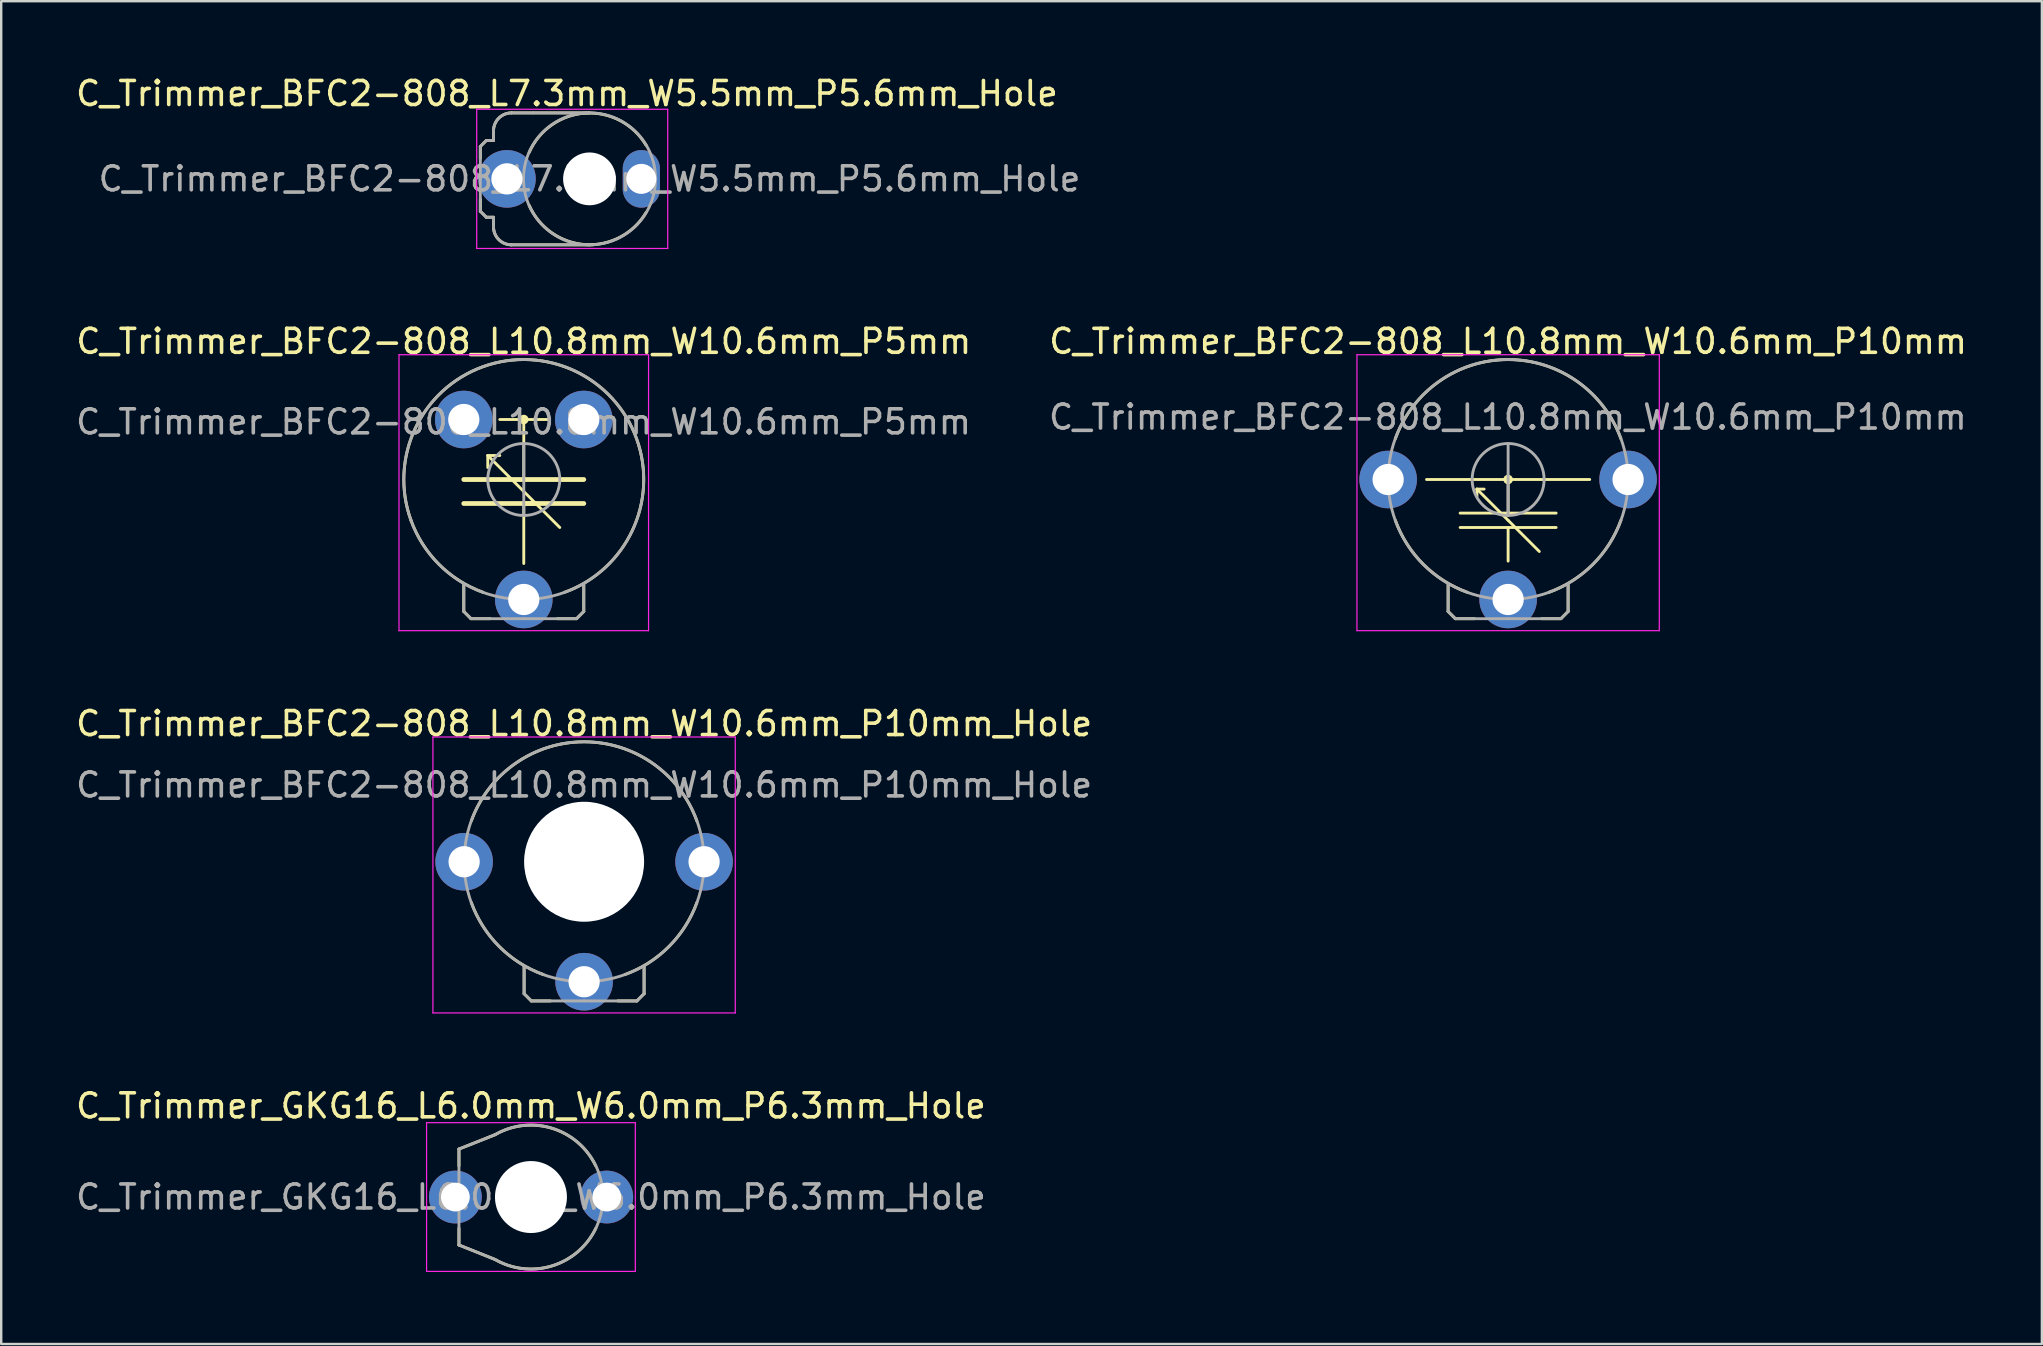
<source format=kicad_pcb>
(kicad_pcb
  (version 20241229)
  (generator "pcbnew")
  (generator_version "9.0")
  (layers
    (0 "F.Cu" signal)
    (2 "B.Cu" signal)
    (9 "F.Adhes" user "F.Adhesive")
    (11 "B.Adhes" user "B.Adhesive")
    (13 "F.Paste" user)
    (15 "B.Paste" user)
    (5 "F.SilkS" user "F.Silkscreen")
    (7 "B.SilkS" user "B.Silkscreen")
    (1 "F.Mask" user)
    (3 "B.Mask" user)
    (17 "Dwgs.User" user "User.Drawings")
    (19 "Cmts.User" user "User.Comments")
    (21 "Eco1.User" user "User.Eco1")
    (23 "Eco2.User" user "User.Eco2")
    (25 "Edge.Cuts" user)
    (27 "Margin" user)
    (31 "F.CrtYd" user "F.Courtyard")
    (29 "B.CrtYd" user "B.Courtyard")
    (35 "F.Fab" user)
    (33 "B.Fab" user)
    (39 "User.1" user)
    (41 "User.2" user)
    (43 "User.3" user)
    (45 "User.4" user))
  (footprint "C_Trimmer_BFC2-808_L10.8mm_W10.6mm_P10mm_Hole"
    (layer "F.Cu")
    (at 21.292 37.863)
    (property "Reference" "C_Trimmer_BFC2-808_L10.8mm_W10.6mm_P10mm_Hole" (at 0 -10.756 0) (layer "F.SilkS") (effects (font (size 1 1) (thickness 0.15))))
    (attr through_hole)
    (fp_line (start -2.5 0.5) (end -2.5 -0.65) (stroke (width 0.12) (type solid)) (layer "F.SilkS"))
    (fp_line (start -2.2 0.8) (end -2.5 0.5) (stroke (width 0.12) (type solid)) (layer "F.SilkS"))
    (fp_line (start -1.4 0.8) (end -2.2 0.8) (stroke (width 0.12) (type solid)) (layer "F.SilkS"))
    (fp_line (start 1.4 0.8) (end 2.2 0.8) (stroke (width 0.12) (type solid)) (layer "F.SilkS"))
    (fp_line (start 2.2 0.8) (end 2.5 0.5) (stroke (width 0.12) (type solid)) (layer "F.SilkS"))
    (fp_line (start 2.5 0.5) (end 2.5 -0.65) (stroke (width 0.12) (type solid)) (layer "F.SilkS"))
    (fp_arc (start -4.699999 -6.7) (mid 0 -9.997999) (end 4.699999 -6.699999) (stroke (width 0.12) (type solid)) (layer "F.SilkS"))
    (fp_arc (start -1.7 -0.300001) (mid -3.534119 -1.465882) (end -4.699999 -3.300001) (stroke (width 0.12) (type solid)) (layer "F.SilkS"))
    (fp_arc (start 4.699999 -3.3) (mid 3.534118 -1.465881) (end 1.699999 -0.300001) (stroke (width 0.12) (type solid)) (layer "F.SilkS"))
    (fp_line (start -6.3 -10.2) (end -6.3 1.3) (stroke (width 0.05) (type solid)) (layer "F.CrtYd"))
    (fp_line (start -6.3 1.3) (end 6.3 1.3) (stroke (width 0.05) (type solid)) (layer "F.CrtYd"))
    (fp_line (start 6.3 -10.2) (end -6.3 -10.2) (stroke (width 0.05) (type solid)) (layer "F.CrtYd"))
    (fp_line (start 6.3 1.3) (end 6.3 -10.2) (stroke (width 0.05) (type solid)) (layer "F.CrtYd"))
    (fp_line (start -2.5 0.5) (end -2.5 -0.65) (stroke (width 0.12) (type solid)) (layer "F.Fab"))
    (fp_line (start -2.2 0.8) (end -2.5 0.5) (stroke (width 0.12) (type solid)) (layer "F.Fab"))
    (fp_line (start 0 -6.5) (end 0 -3.5) (stroke (width 0.12) (type solid)) (layer "F.Fab"))
    (fp_line (start 0 0.8) (end -2.2 0.8) (stroke (width 0.12) (type solid)) (layer "F.Fab"))
    (fp_line (start 0 0.8) (end 2.2 0.8) (stroke (width 0.12) (type solid)) (layer "F.Fab"))
    (fp_line (start 2.2 0.8) (end 2.5 0.5) (stroke (width 0.12) (type solid)) (layer "F.Fab"))
    (fp_line (start 2.5 0.5) (end 2.5 -0.65) (stroke (width 0.12) (type solid)) (layer "F.Fab"))
    (fp_circle (center 0 -5) (end 1.5 -5) (stroke (width 0.12) (type solid)) (fill no) (layer "F.Fab"))
    (fp_circle (center 0 -5) (end 5 -5) (stroke (width 0.12) (type solid)) (fill no) (layer "F.Fab"))
    (fp_text user "${REFERENCE}" (at 0 -8.2 0) (layer "F.Fab") (effects (font (size 1 1) (thickness 0.15))))
    (pad "" np_thru_hole circle (at 0 -5) (size 5 5) (drill 5) (layers "*.Cu" "*.Mask"))
    (pad "1" thru_hole circle (at 0 0) (size 2.4 2.4) (drill 1.3) (layers "*.Cu" "*.Mask"))
    (pad "2" thru_hole circle (at -5 -5) (size 2.4 2.4) (drill 1.3) (layers "*.Cu" "*.Mask"))
    (pad "2" thru_hole circle (at 5 -5) (size 2.4 2.4) (drill 1.3) (layers "*.Cu" "*.Mask")))
  (footprint "C_Trimmer_BFC2-808_L10.8mm_W10.6mm_P5mm"
    (layer "F.Cu")
    (at 18.778 21.933)
    (property "Reference" "C_Trimmer_BFC2-808_L10.8mm_W10.6mm_P5mm" (at 0 -10.756 0) (layer "F.SilkS") (effects (font (size 1 1) (thickness 0.15))))
    (attr through_hole)
    (fp_line (start -2.5 -5) (end 0 -5) (stroke (width 0.2) (type solid)) (layer "F.SilkS"))
    (fp_line (start -2.5 -4) (end 0.5 -4) (stroke (width 0.2) (type solid)) (layer "F.SilkS"))
    (fp_line (start -2.5 0.5) (end -2.5 -0.65) (stroke (width 0.12) (type solid)) (layer "F.SilkS"))
    (fp_line (start -2.2 0.8) (end -2.5 0.5) (stroke (width 0.12) (type solid)) (layer "F.SilkS"))
    (fp_line (start -1.5 -6) (end -1.5 -5.5) (stroke (width 0.12) (type solid)) (layer "F.SilkS"))
    (fp_line (start -1.5 -6) (end -1 -6) (stroke (width 0.12) (type solid)) (layer "F.SilkS"))
    (fp_line (start -1.4 0.8) (end -2.2 0.8) (stroke (width 0.12) (type solid)) (layer "F.SilkS"))
    (fp_line (start -1 -7.5) (end 1 -7.5) (stroke (width 0.12) (type solid)) (layer "F.SilkS"))
    (fp_line (start 0 -7.5) (end 0 -5) (stroke (width 0.12) (type solid)) (layer "F.SilkS"))
    (fp_line (start 0 -4.5) (end -1.5 -6) (stroke (width 0.12) (type solid)) (layer "F.SilkS"))
    (fp_line (start 0 -4.5) (end 1.5 -3) (stroke (width 0.12) (type solid)) (layer "F.SilkS"))
    (fp_line (start 0 -4) (end 0 -1.5) (stroke (width 0.12) (type solid)) (layer "F.SilkS"))
    (fp_line (start 1.4 0.8) (end 2.2 0.8) (stroke (width 0.12) (type solid)) (layer "F.SilkS"))
    (fp_line (start 2.2 0.8) (end 2.5 0.5) (stroke (width 0.12) (type solid)) (layer "F.SilkS"))
    (fp_line (start 2.5 -5) (end 0 -5) (stroke (width 0.2) (type solid)) (layer "F.SilkS"))
    (fp_line (start 2.5 -4) (end 0 -4) (stroke (width 0.2) (type solid)) (layer "F.SilkS"))
    (fp_line (start 2.5 0.5) (end 2.5 -0.65) (stroke (width 0.12) (type solid)) (layer "F.SilkS"))
    (fp_arc (start -4.699999 -3.300001) (mid 2.12132 -9.525482) (end 1.699999 -0.300001) (stroke (width 0.12) (type solid)) (layer "F.SilkS"))
    (fp_arc (start -1.7 -0.300001) (mid -3.534119 -1.465882) (end -4.699999 -3.300001) (stroke (width 0.12) (type solid)) (layer "F.SilkS"))
    (fp_circle (center 0 -7.5) (end 0.1 -7.5) (stroke (width 0.2) (type solid)) (fill no) (layer "F.SilkS"))
    (fp_line (start -5.2 -10.2) (end -5.2 1.3) (stroke (width 0.05) (type solid)) (layer "F.CrtYd"))
    (fp_line (start -5.2 1.3) (end 5.2 1.3) (stroke (width 0.05) (type solid)) (layer "F.CrtYd"))
    (fp_line (start 5.2 -10.2) (end -5.2 -10.2) (stroke (width 0.05) (type solid)) (layer "F.CrtYd"))
    (fp_line (start 5.2 1.3) (end 5.2 -10.2) (stroke (width 0.05) (type solid)) (layer "F.CrtYd"))
    (fp_line (start -2.5 0.5) (end -2.5 -0.65) (stroke (width 0.12) (type solid)) (layer "F.Fab"))
    (fp_line (start -2.2 0.8) (end -2.5 0.5) (stroke (width 0.12) (type solid)) (layer "F.Fab"))
    (fp_line (start 0 -6.5) (end 0 -3.5) (stroke (width 0.12) (type solid)) (layer "F.Fab"))
    (fp_line (start 0 0.8) (end -2.2 0.8) (stroke (width 0.12) (type solid)) (layer "F.Fab"))
    (fp_line (start 0 0.8) (end 2.2 0.8) (stroke (width 0.12) (type solid)) (layer "F.Fab"))
    (fp_line (start 2.2 0.8) (end 2.5 0.5) (stroke (width 0.12) (type solid)) (layer "F.Fab"))
    (fp_line (start 2.5 0.5) (end 2.5 -0.65) (stroke (width 0.12) (type solid)) (layer "F.Fab"))
    (fp_circle (center 0 -5) (end 1.5 -5) (stroke (width 0.12) (type solid)) (fill no) (layer "F.Fab"))
    (fp_circle (center 0 -5) (end 5 -5) (stroke (width 0.12) (type solid)) (fill no) (layer "F.Fab"))
    (fp_text user "${REFERENCE}" (at -0.01 -7.4 0) (layer "F.Fab") (effects (font (size 1 1) (thickness 0.15))))
    (pad "1" thru_hole circle (at 0 0) (size 2.4 2.4) (drill 1.3) (layers "*.Cu" "*.Mask"))
    (pad "2" thru_hole circle (at -2.5 -7.5) (size 2.4 2.4) (drill 1.3) (layers "*.Cu" "*.Mask"))
    (pad "2" thru_hole circle (at 2.5 -7.5) (size 2.4 2.4) (drill 1.3) (layers "*.Cu" "*.Mask")))
  (footprint "C_Trimmer_BFC2-808_L10.8mm_W10.6mm_P10mm"
    (layer "F.Cu")
    (at 59.8 21.933)
    (property "Reference" "C_Trimmer_BFC2-808_L10.8mm_W10.6mm_P10mm" (at 0 -10.756 0) (layer "F.SilkS") (effects (font (size 1 1) (thickness 0.15))))
    (attr through_hole)
    (fp_line (start -3.4 -5) (end 3.4 -5) (stroke (width 0.12) (type solid)) (layer "F.SilkS"))
    (fp_line (start -2.5 0.5) (end -2.5 -0.65) (stroke (width 0.12) (type solid)) (layer "F.SilkS"))
    (fp_line (start -2.2 0.8) (end -2.5 0.5) (stroke (width 0.12) (type solid)) (layer "F.SilkS"))
    (fp_line (start -1.4 0.8) (end -2.2 0.8) (stroke (width 0.12) (type solid)) (layer "F.SilkS"))
    (fp_line (start -1.3 -4.6) (end -1.3 -4.3) (stroke (width 0.12) (type solid)) (layer "F.SilkS"))
    (fp_line (start -1.3 -4.6) (end -1 -4.6) (stroke (width 0.12) (type solid)) (layer "F.SilkS"))
    (fp_line (start 0 -3.6) (end -2 -3.6) (stroke (width 0.12) (type solid)) (layer "F.SilkS"))
    (fp_line (start 0 -3.6) (end 0 -5) (stroke (width 0.12) (type solid)) (layer "F.SilkS"))
    (fp_line (start 0 -3.6) (end 2 -3.6) (stroke (width 0.12) (type solid)) (layer "F.SilkS"))
    (fp_line (start 0 -3.3) (end -1.3 -4.6) (stroke (width 0.12) (type solid)) (layer "F.SilkS"))
    (fp_line (start 0 -3.3) (end 1.3 -2) (stroke (width 0.12) (type solid)) (layer "F.SilkS"))
    (fp_line (start 0 -3) (end -2 -3) (stroke (width 0.12) (type solid)) (layer "F.SilkS"))
    (fp_line (start 0 -3) (end 2 -3) (stroke (width 0.12) (type solid)) (layer "F.SilkS"))
    (fp_line (start 0 -1.6) (end 0 -3) (stroke (width 0.12) (type solid)) (layer "F.SilkS"))
    (fp_line (start 1.4 0.8) (end 2.2 0.8) (stroke (width 0.12) (type solid)) (layer "F.SilkS"))
    (fp_line (start 2.2 0.8) (end 2.5 0.5) (stroke (width 0.12) (type solid)) (layer "F.SilkS"))
    (fp_line (start 2.5 0.5) (end 2.5 -0.65) (stroke (width 0.12) (type solid)) (layer "F.SilkS"))
    (fp_arc (start -4.699999 -6.7) (mid 0 -9.997999) (end 4.699999 -6.699999) (stroke (width 0.12) (type solid)) (layer "F.SilkS"))
    (fp_arc (start -1.7 -0.300001) (mid -3.534119 -1.465882) (end -4.699999 -3.300001) (stroke (width 0.12) (type solid)) (layer "F.SilkS"))
    (fp_arc (start 4.699999 -3.3) (mid 3.534118 -1.465881) (end 1.699999 -0.300001) (stroke (width 0.12) (type solid)) (layer "F.SilkS"))
    (fp_circle (center 0 -5) (end 0.1 -5) (stroke (width 0.2) (type solid)) (fill no) (layer "F.SilkS"))
    (fp_line (start -6.3 -10.2) (end -6.3 1.3) (stroke (width 0.05) (type solid)) (layer "F.CrtYd"))
    (fp_line (start -6.3 1.3) (end 6.3 1.3) (stroke (width 0.05) (type solid)) (layer "F.CrtYd"))
    (fp_line (start 6.3 -10.2) (end -6.3 -10.2) (stroke (width 0.05) (type solid)) (layer "F.CrtYd"))
    (fp_line (start 6.3 1.3) (end 6.3 -10.2) (stroke (width 0.05) (type solid)) (layer "F.CrtYd"))
    (fp_line (start -2.5 0.5) (end -2.5 -0.65) (stroke (width 0.12) (type solid)) (layer "F.Fab"))
    (fp_line (start -2.2 0.8) (end -2.5 0.5) (stroke (width 0.12) (type solid)) (layer "F.Fab"))
    (fp_line (start 0 -6.5) (end 0 -3.5) (stroke (width 0.12) (type solid)) (layer "F.Fab"))
    (fp_line (start 0 0.8) (end -2.2 0.8) (stroke (width 0.12) (type solid)) (layer "F.Fab"))
    (fp_line (start 0 0.8) (end 2.2 0.8) (stroke (width 0.12) (type solid)) (layer "F.Fab"))
    (fp_line (start 2.2 0.8) (end 2.5 0.5) (stroke (width 0.12) (type solid)) (layer "F.Fab"))
    (fp_line (start 2.5 0.5) (end 2.5 -0.65) (stroke (width 0.12) (type solid)) (layer "F.Fab"))
    (fp_circle (center 0 -5) (end 1.5 -5) (stroke (width 0.12) (type solid)) (fill no) (layer "F.Fab"))
    (fp_circle (center 0 -5) (end 5 -5) (stroke (width 0.12) (type solid)) (fill no) (layer "F.Fab"))
    (fp_text user "${REFERENCE}" (at -0.01 -7.6 0) (layer "F.Fab") (effects (font (size 1 1) (thickness 0.15))))
    (pad "1" thru_hole circle (at 0 0) (size 2.4 2.4) (drill 1.3) (layers "*.Cu" "*.Mask"))
    (pad "2" thru_hole circle (at -5 -5) (size 2.4 2.4) (drill 1.3) (layers "*.Cu" "*.Mask"))
    (pad "2" thru_hole circle (at 5 -5) (size 2.4 2.4) (drill 1.3) (layers "*.Cu" "*.Mask")))
  (footprint "C_Trimmer_GKG16_L6.0mm_W6.0mm_P6.3mm_Hole"
    (layer "F.Cu")
    (at 15.927 46.836)
    (property "Reference" "C_Trimmer_GKG16_L6.0mm_W6.0mm_P6.3mm_Hole" (at 3.15 -3.8 180) (layer "F.SilkS") (effects (font (size 1 1) (thickness 0.15))))
    (attr through_hole)
    (fp_line (start 0.15 -2) (end 0.15 -1.3) (stroke (width 0.12) (type solid)) (layer "F.SilkS"))
    (fp_line (start 0.15 -2) (end 1.653 -2.596) (stroke (width 0.12) (type solid)) (layer "F.SilkS"))
    (fp_line (start 0.15 2) (end 0.15 1.3) (stroke (width 0.12) (type solid)) (layer "F.SilkS"))
    (fp_line (start 0.15 2) (end 1.65 2.6) (stroke (width 0.12) (type solid)) (layer "F.SilkS"))
    (fp_arc (start 1.6525 -2.595667) (mid 4.03385 -2.863355) (end 5.849999 -1.299999) (stroke (width 0.12) (type solid)) (layer "F.SilkS"))
    (fp_arc (start 5.854505 1.302169) (mid 4.035324 2.868134) (end 1.650001 2.599999) (stroke (width 0.12) (type solid)) (layer "F.SilkS"))
    (fp_line (start -1.2 -3.1) (end -1.2 3.1) (stroke (width 0.05) (type solid)) (layer "F.CrtYd"))
    (fp_line (start -1.2 3.1) (end 7.5 3.1) (stroke (width 0.05) (type solid)) (layer "F.CrtYd"))
    (fp_line (start 7.5 -3.1) (end -1.2 -3.1) (stroke (width 0.05) (type solid)) (layer "F.CrtYd"))
    (fp_line (start 7.5 3.1) (end 7.5 -3.1) (stroke (width 0.05) (type solid)) (layer "F.CrtYd"))
    (fp_line (start 0.15 -2) (end 1.65 -2.6) (stroke (width 0.12) (type solid)) (layer "F.Fab"))
    (fp_line (start 0.15 0) (end 0.15 -2) (stroke (width 0.12) (type solid)) (layer "F.Fab"))
    (fp_line (start 0.15 2) (end 0.15 0) (stroke (width 0.12) (type solid)) (layer "F.Fab"))
    (fp_line (start 0.15 2) (end 1.65 2.6) (stroke (width 0.12) (type solid)) (layer "F.Fab"))
    (fp_arc (start 1.65 -2.599999) (mid 6.151665 0) (end 1.650001 2.599999) (stroke (width 0.12) (type solid)) (layer "F.Fab"))
    (fp_text user "${REFERENCE}" (at 3.15 0 180) (layer "F.Fab") (effects (font (size 1 1) (thickness 0.15))))
    (pad "" np_thru_hole circle (at 3.15 0 180) (size 3 3) (drill 3) (layers "*.Cu" "*.Mask"))
    (pad "1" thru_hole circle (at 0 0 180) (size 2.2 2.2) (drill 1.2) (layers "*.Cu" "*.Mask"))
    (pad "2" thru_hole circle (at 6.31 0 180) (size 2.2 2.2) (drill 1.2) (layers "*.Cu" "*.Mask")))
  (footprint "C_Trimmer_BFC2-808_L7.3mm_W5.5mm_P5.6mm_Hole"
    (layer "F.Cu")
    (at 18.077 4.404)
    (property "Reference" "C_Trimmer_BFC2-808_L7.3mm_W5.5mm_P5.6mm_Hole" (at 2.5 -3.556 0) (layer "F.SilkS") (effects (font (size 1 1) (thickness 0.15))))
    (attr through_hole)
    (fp_line (start -1.11 -1.35) (end -1.11 -0.85) (stroke (width 0.12) (type solid)) (layer "F.SilkS"))
    (fp_line (start -1.11 1.35) (end -1.11 0.85) (stroke (width 0.12) (type solid)) (layer "F.SilkS"))
    (fp_line (start -1.11 1.35) (end -0.86 1.6) (stroke (width 0.12) (type solid)) (layer "F.SilkS"))
    (fp_line (start -0.86 -1.6) (end -1.11 -1.35) (stroke (width 0.12) (type solid)) (layer "F.SilkS"))
    (fp_line (start -0.76 -1.6) (end -0.86 -1.6) (stroke (width 0.12) (type solid)) (layer "F.SilkS"))
    (fp_line (start -0.56 -2) (end -0.56 -1.6) (stroke (width 0.12) (type solid)) (layer "F.SilkS"))
    (fp_line (start -0.56 -1.6) (end -0.76 -1.6) (stroke (width 0.12) (type solid)) (layer "F.SilkS"))
    (fp_line (start -0.56 1.6) (end -0.86 1.6) (stroke (width 0.12) (type solid)) (layer "F.SilkS"))
    (fp_line (start -0.56 1.6) (end -0.56 2) (stroke (width 0.12) (type solid)) (layer "F.SilkS"))
    (fp_line (start 0.19 -2.75) (end 3.44 -2.75) (stroke (width 0.12) (type solid)) (layer "F.SilkS"))
    (fp_line (start 0.19 2.75) (end 3.59 2.75) (stroke (width 0.12) (type solid)) (layer "F.SilkS"))
    (fp_arc (start -0.56 -2) (mid -0.34033 -2.53033) (end 0.19 -2.75) (stroke (width 0.12) (type solid)) (layer "F.SilkS"))
    (fp_arc (start 0.19 2.75) (mid -0.34033 2.53033) (end -0.56 2) (stroke (width 0.12) (type solid)) (layer "F.SilkS"))
    (fp_arc (start 0.928365 -1.10512) (mid 3.274208 -2.738999) (end 5.8 -1.4) (stroke (width 0.12) (type solid)) (layer "F.SilkS"))
    (fp_arc (start 5.8 1.4) (mid 3.274208 2.738999) (end 0.928365 1.10512) (stroke (width 0.12) (type solid)) (layer "F.SilkS"))
    (fp_line (start -1.26 -2.9) (end -1.26 2.9) (stroke (width 0.05) (type solid)) (layer "F.CrtYd"))
    (fp_line (start -1.26 2.9) (end 6.7 2.9) (stroke (width 0.05) (type solid)) (layer "F.CrtYd"))
    (fp_line (start 6.7 -2.9) (end -1.26 -2.9) (stroke (width 0.05) (type solid)) (layer "F.CrtYd"))
    (fp_line (start 6.7 2.9) (end 6.7 -2.9) (stroke (width 0.05) (type solid)) (layer "F.CrtYd"))
    (fp_line (start -1.11 -1.35) (end -1.11 0) (stroke (width 0.12) (type solid)) (layer "F.Fab"))
    (fp_line (start -1.11 1.35) (end -1.11 0) (stroke (width 0.12) (type solid)) (layer "F.Fab"))
    (fp_line (start -1.11 1.35) (end -0.86 1.6) (stroke (width 0.12) (type solid)) (layer "F.Fab"))
    (fp_line (start -0.86 -1.6) (end -1.11 -1.35) (stroke (width 0.12) (type solid)) (layer "F.Fab"))
    (fp_line (start -0.76 -1.6) (end -0.86 -1.6) (stroke (width 0.12) (type solid)) (layer "F.Fab"))
    (fp_line (start -0.56 -2) (end -0.56 -1.6) (stroke (width 0.12) (type solid)) (layer "F.Fab"))
    (fp_line (start -0.56 -1.6) (end -0.76 -1.6) (stroke (width 0.12) (type solid)) (layer "F.Fab"))
    (fp_line (start -0.56 1.6) (end -0.86 1.6) (stroke (width 0.12) (type solid)) (layer "F.Fab"))
    (fp_line (start -0.56 1.6) (end -0.56 2) (stroke (width 0.12) (type solid)) (layer "F.Fab"))
    (fp_line (start 1.09 -2.75) (end 0.19 -2.75) (stroke (width 0.12) (type solid)) (layer "F.Fab"))
    (fp_line (start 3.44 -2.75) (end 1.09 -2.75) (stroke (width 0.12) (type solid)) (layer "F.Fab"))
    (fp_line (start 3.44 2.75) (end 0.19 2.75) (stroke (width 0.12) (type solid)) (layer "F.Fab"))
    (fp_arc (start -0.56 -2) (mid -0.34033 -2.53033) (end 0.19 -2.75) (stroke (width 0.12) (type solid)) (layer "F.Fab"))
    (fp_arc (start 0.19 2.75) (mid -0.34033 2.53033) (end -0.56 2) (stroke (width 0.12) (type solid)) (layer "F.Fab"))
    (fp_arc (start 3.44 -2.75) (mid 6.19 0) (end 3.44 2.75) (stroke (width 0.12) (type solid)) (layer "F.Fab"))
    (fp_arc (start 3.44 2.75) (mid 0.69 0) (end 3.44 -2.75) (stroke (width 0.12) (type solid)) (layer "F.Fab"))
    (fp_text user "${REFERENCE}" (at 3.44 0 0) (layer "F.Fab") (effects (font (size 1 1) (thickness 0.15))))
    (pad "" np_thru_hole circle (at 3.44 0) (size 2.2 2.2) (drill 2.2) (layers "*.Cu" "*.Mask"))
    (pad "1" thru_hole circle (at 0 0) (size 2.4 2.4) (drill 1.3) (layers "*.Cu" "*.Mask"))
    (pad "2" thru_hole oval (at 5.6 0) (size 1.55 2.4) (drill 1.25) (layers "*.Cu" "*.Mask")))
  (gr_rect
    (start -3 -3)
    (end 82.044 52.961)
    (stroke (width 0.1) (type default))
    (fill no)
    (layer "Edge.Cuts")))
</source>
